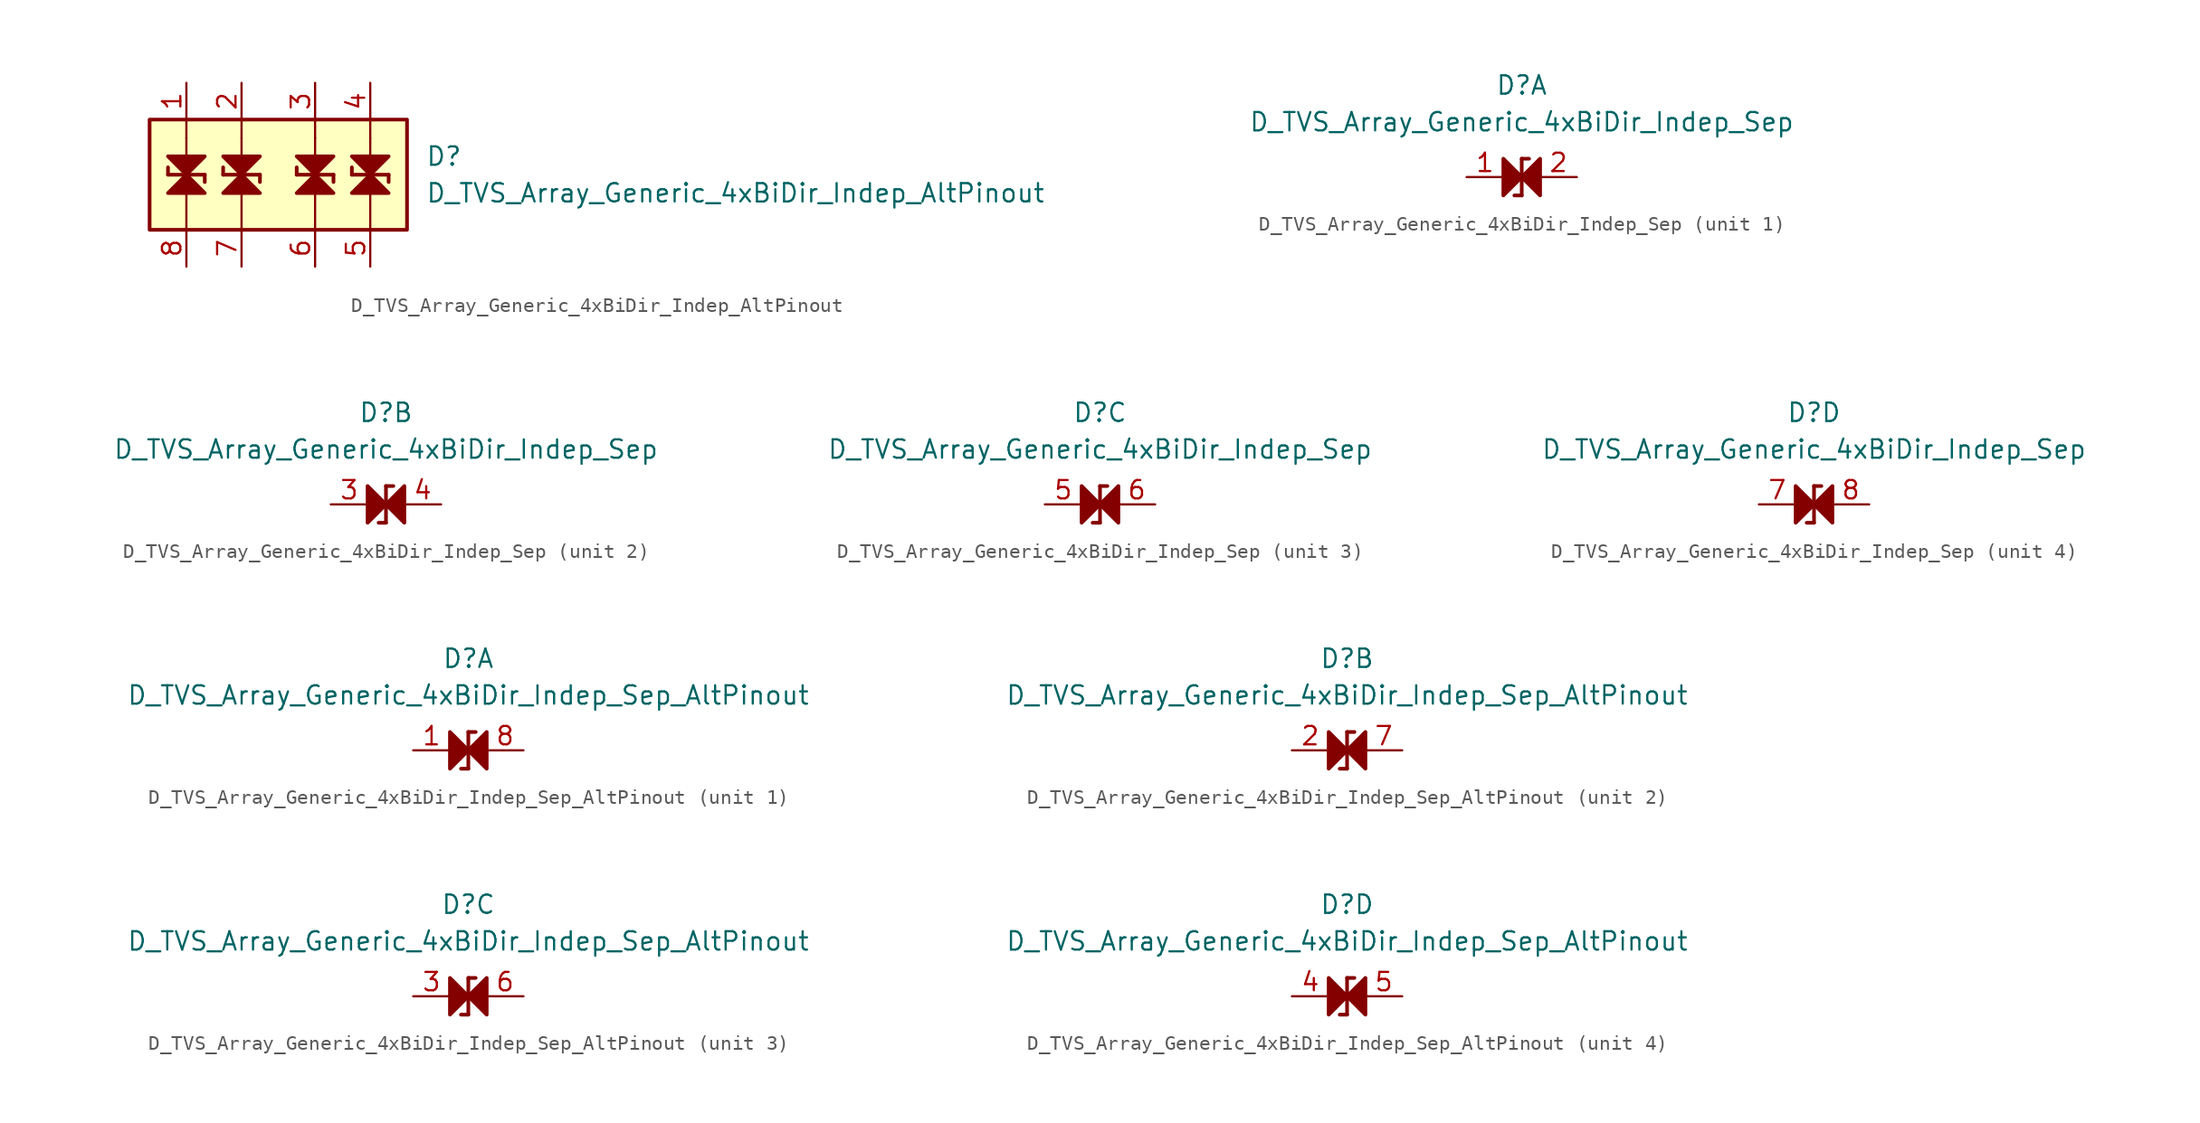
<source format=kicad_sym>
(kicad_symbol_lib
  (version 20211014)
  (generator kicad_symbol_editor)
  (symbol "D_TVS_Array_Generic_4xBiDir_Indep_AltPinout"
    (pin_names
      (offset 1.016) hide)
    (property "Reference" "D"
      (at 10.16 1.27 0)
      (effects (font (size 1.27 1.27)) (justify left)))
    (property "Value" "D_TVS_Array_Generic_4xBiDir_Indep_AltPinout"
      (at 10.16 -1.27 0)
      (effects (font (size 1.27 1.27)) (justify left)))
    (symbol "D_TVS_Array_Generic_4xBiDir_Indep_AltPinout_0_1"
      (polyline (pts (xy -6.35 -3.81) (xy -6.35 -1.27)) (stroke (width 0) (type default) (color 0 0 0 0)) (fill (type none)))
      (polyline (pts (xy -6.35 2.54) (xy -6.35 1.27)) (stroke (width 0) (type default) (color 0 0 0 0)) (fill (type none)))
      (polyline (pts (xy -6.35 2.54) (xy -6.35 3.81)) (stroke (width 0) (type default) (color 0 0 0 0)) (fill (type none)))
      (polyline (pts (xy -2.54 -3.81) (xy -2.54 -1.27)) (stroke (width 0) (type default) (color 0 0 0 0)) (fill (type none)))
      (polyline (pts (xy -2.54 2.54) (xy -2.54 1.27)) (stroke (width 0) (type default) (color 0 0 0 0)) (fill (type none)))
      (polyline (pts (xy -2.54 2.54) (xy -2.54 3.81)) (stroke (width 0) (type default) (color 0 0 0 0)) (fill (type none)))
      (polyline (pts (xy 2.54 -3.81) (xy 2.54 -1.27)) (stroke (width 0) (type default) (color 0 0 0 0)) (fill (type none)))
      (polyline (pts (xy 2.54 2.54) (xy 2.54 1.27)) (stroke (width 0) (type default) (color 0 0 0 0)) (fill (type none)))
      (polyline (pts (xy 2.54 2.54) (xy 2.54 3.81)) (stroke (width 0) (type default) (color 0 0 0 0)) (fill (type none)))
      (polyline (pts (xy 6.35 -3.81) (xy 6.35 -1.27)) (stroke (width 0) (type default) (color 0 0 0 0)) (fill (type none)))
      (polyline (pts (xy 6.35 2.54) (xy 6.35 1.27)) (stroke (width 0) (type default) (color 0 0 0 0)) (fill (type none)))
      (polyline (pts (xy 6.35 2.54) (xy 6.35 3.81)) (stroke (width 0) (type default) (color 0 0 0 0)) (fill (type none)))
      (rectangle (start 8.89 -3.81) (end -8.89 3.81) (stroke (width 0.254) (type default) (color 0 0 0 0)) (fill (type background))))
    (symbol "D_TVS_Array_Generic_4xBiDir_Indep_AltPinout_1_1"
      (polyline (pts (xy -7.62 0) (xy -7.62 0.508)) (stroke (width 0.254) (type default) (color 0 0 0 0)) (fill (type none)))
      (polyline (pts (xy -7.62 0) (xy -5.08 0)) (stroke (width 0.254) (type default) (color 0 0 0 0)) (fill (type none)))
      (polyline (pts (xy -6.35 1.27) (xy -6.35 -1.27)) (stroke (width 0) (type default) (color 0 0 0 0)) (fill (type none)))
      (polyline (pts (xy -5.08 0) (xy -5.08 -0.508)) (stroke (width 0.254) (type default) (color 0 0 0 0)) (fill (type none)))
      (polyline (pts (xy -3.81 0) (xy -3.81 0.508)) (stroke (width 0.254) (type default) (color 0 0 0 0)) (fill (type none)))
      (polyline (pts (xy -3.81 0) (xy -1.27 0)) (stroke (width 0.254) (type default) (color 0 0 0 0)) (fill (type none)))
      (polyline (pts (xy -2.54 1.27) (xy -2.54 -1.27)) (stroke (width 0) (type default) (color 0 0 0 0)) (fill (type none)))
      (polyline (pts (xy -1.27 0) (xy -1.27 -0.508)) (stroke (width 0.254) (type default) (color 0 0 0 0)) (fill (type none)))
      (polyline (pts (xy 1.27 0) (xy 1.27 0.508)) (stroke (width 0.254) (type default) (color 0 0 0 0)) (fill (type none)))
      (polyline (pts (xy 1.27 0) (xy 3.81 0)) (stroke (width 0.254) (type default) (color 0 0 0 0)) (fill (type none)))
      (polyline (pts (xy 2.54 1.27) (xy 2.54 -1.27)) (stroke (width 0) (type default) (color 0 0 0 0)) (fill (type none)))
      (polyline (pts (xy 3.81 0) (xy 3.81 -0.508)) (stroke (width 0.254) (type default) (color 0 0 0 0)) (fill (type none)))
      (polyline (pts (xy 5.08 0) (xy 5.08 0.508)) (stroke (width 0.254) (type default) (color 0 0 0 0)) (fill (type none)))
      (polyline (pts (xy 5.08 0) (xy 7.62 0)) (stroke (width 0.254) (type default) (color 0 0 0 0)) (fill (type none)))
      (polyline (pts (xy 6.35 1.27) (xy 6.35 -1.27)) (stroke (width 0) (type default) (color 0 0 0 0)) (fill (type none)))
      (polyline (pts (xy 7.62 0) (xy 7.62 -0.508)) (stroke (width 0.254) (type default) (color 0 0 0 0)) (fill (type none)))
      (polyline (pts (xy -7.62 1.27) (xy -5.08 1.27) (xy -6.35 0) (xy -7.62 1.27)) (stroke (width 0.254) (type default) (color 0 0 0 0)) (fill (type outline)))
      (polyline (pts (xy -6.35 0) (xy -7.62 -1.27) (xy -5.08 -1.27) (xy -6.35 0)) (stroke (width 0.254) (type default) (color 0 0 0 0)) (fill (type outline)))
      (polyline (pts (xy -3.81 1.27) (xy -1.27 1.27) (xy -2.54 0) (xy -3.81 1.27)) (stroke (width 0.254) (type default) (color 0 0 0 0)) (fill (type outline)))
      (polyline (pts (xy -2.54 0) (xy -3.81 -1.27) (xy -1.27 -1.27) (xy -2.54 0)) (stroke (width 0.254) (type default) (color 0 0 0 0)) (fill (type outline)))
      (polyline (pts (xy 1.27 1.27) (xy 3.81 1.27) (xy 2.54 0) (xy 1.27 1.27)) (stroke (width 0.254) (type default) (color 0 0 0 0)) (fill (type outline)))
      (polyline (pts (xy 2.54 0) (xy 1.27 -1.27) (xy 3.81 -1.27) (xy 2.54 0)) (stroke (width 0.254) (type default) (color 0 0 0 0)) (fill (type outline)))
      (polyline (pts (xy 5.08 1.27) (xy 7.62 1.27) (xy 6.35 0) (xy 5.08 1.27)) (stroke (width 0.254) (type default) (color 0 0 0 0)) (fill (type outline)))
      (polyline (pts (xy 6.35 0) (xy 5.08 -1.27) (xy 7.62 -1.27) (xy 6.35 0)) (stroke (width 0.254) (type default) (color 0 0 0 0)) (fill (type outline)))
      (pin passive line (at -6.35 6.35 270) (length 2.54) (name "1" (effects (font (size 1.27 1.27)))) (number "1" (effects (font (size 1.27 1.27)))))
      (pin passive line (at -2.54 6.35 270) (length 2.54) (name "3" (effects (font (size 1.27 1.27)))) (number "2" (effects (font (size 1.27 1.27)))))
      (pin passive line (at 2.54 6.35 270) (length 2.54) (name "5" (effects (font (size 1.27 1.27)))) (number "3" (effects (font (size 1.27 1.27)))))
      (pin passive line (at 6.35 6.35 270) (length 2.54) (name "7" (effects (font (size 1.27 1.27)))) (number "4" (effects (font (size 1.27 1.27)))))
      (pin passive line (at 6.35 -6.35 90) (length 2.54) (name "8" (effects (font (size 1.27 1.27)))) (number "5" (effects (font (size 1.27 1.27)))))
      (pin passive line (at 2.54 -6.35 90) (length 2.54) (name "6" (effects (font (size 1.27 1.27)))) (number "6" (effects (font (size 1.27 1.27)))))
      (pin passive line (at -2.54 -6.35 90) (length 2.54) (name "4" (effects (font (size 1.27 1.27)))) (number "7" (effects (font (size 1.27 1.27)))))
      (pin passive line (at -6.35 -6.35 90) (length 2.54) (name "2" (effects (font (size 1.27 1.27)))) (number "8" (effects (font (size 1.27 1.27)))))))
  (symbol "D_TVS_Array_Generic_4xBiDir_Indep_Sep"
    (pin_names
      (offset 1.016) hide)
    (property "Reference" "D"
      (at 0 6.35 0)
      (effects (font (size 1.27 1.27))))
    (property "Value" "D_TVS_Array_Generic_4xBiDir_Indep_Sep"
      (at 0 3.81 0)
      (effects (font (size 1.27 1.27))))
    (property "ki_locked" ""
      (at 0 0 0)
      (effects (font (size 1.27 1.27))))
    (symbol "D_TVS_Array_Generic_4xBiDir_Indep_Sep_0_1"
      (polyline (pts (xy 0 -1.27) (xy -0.508 -1.27)) (stroke (width 0.254) (type default) (color 0 0 0 0)) (fill (type none)))
      (polyline (pts (xy 0 1.27) (xy 0 -1.27)) (stroke (width 0.254) (type default) (color 0 0 0 0)) (fill (type none)))
      (polyline (pts (xy 0 1.27) (xy 0.508 1.27)) (stroke (width 0.254) (type default) (color 0 0 0 0)) (fill (type none)))
      (polyline (pts (xy 1.27 0) (xy -1.27 0)) (stroke (width 0) (type default) (color 0 0 0 0)) (fill (type none)))
      (polyline (pts (xy 0 0) (xy -1.27 1.27) (xy -1.27 -1.27) (xy 0 0)) (stroke (width 0.254) (type default) (color 0 0 0 0)) (fill (type outline)))
      (polyline (pts (xy 1.27 1.27) (xy 1.27 -1.27) (xy 0 0) (xy 1.27 1.27)) (stroke (width 0.254) (type default) (color 0 0 0 0)) (fill (type outline))))
    (symbol "D_TVS_Array_Generic_4xBiDir_Indep_Sep_1_1"
      (pin passive line (at -3.81 0 0) (length 2.54) (name "K" (effects (font (size 1.27 1.27)))) (number "1" (effects (font (size 1.27 1.27)))))
      (pin passive line (at 3.81 0 180) (length 2.54) (name "A" (effects (font (size 1.27 1.27)))) (number "2" (effects (font (size 1.27 1.27))))))
    (symbol "D_TVS_Array_Generic_4xBiDir_Indep_Sep_2_1"
      (pin passive line (at -3.81 0 0) (length 2.54) (name "K" (effects (font (size 1.27 1.27)))) (number "3" (effects (font (size 1.27 1.27)))))
      (pin passive line (at 3.81 0 180) (length 2.54) (name "A" (effects (font (size 1.27 1.27)))) (number "4" (effects (font (size 1.27 1.27))))))
    (symbol "D_TVS_Array_Generic_4xBiDir_Indep_Sep_3_1"
      (pin passive line (at -3.81 0 0) (length 2.54) (name "K" (effects (font (size 1.27 1.27)))) (number "5" (effects (font (size 1.27 1.27)))))
      (pin passive line (at 3.81 0 180) (length 2.54) (name "A" (effects (font (size 1.27 1.27)))) (number "6" (effects (font (size 1.27 1.27))))))
    (symbol "D_TVS_Array_Generic_4xBiDir_Indep_Sep_4_1"
      (pin passive line (at -3.81 0 0) (length 2.54) (name "K" (effects (font (size 1.27 1.27)))) (number "7" (effects (font (size 1.27 1.27)))))
      (pin passive line (at 3.81 0 180) (length 2.54) (name "A" (effects (font (size 1.27 1.27)))) (number "8" (effects (font (size 1.27 1.27)))))))
  (symbol "D_TVS_Array_Generic_4xBiDir_Indep_Sep_AltPinout"
    (pin_names
      (offset 1.016) hide)
    (property "Reference" "D"
      (at 0 6.35 0)
      (effects (font (size 1.27 1.27))))
    (property "Value" "D_TVS_Array_Generic_4xBiDir_Indep_Sep_AltPinout"
      (at 0 3.81 0)
      (effects (font (size 1.27 1.27))))
    (property "ki_locked" ""
      (at 0 0 0)
      (effects (font (size 1.27 1.27))))
    (symbol "D_TVS_Array_Generic_4xBiDir_Indep_Sep_AltPinout_0_1"
      (polyline (pts (xy 0 -1.27) (xy -0.508 -1.27)) (stroke (width 0.254) (type default) (color 0 0 0 0)) (fill (type none)))
      (polyline (pts (xy 0 1.27) (xy 0 -1.27)) (stroke (width 0.254) (type default) (color 0 0 0 0)) (fill (type none)))
      (polyline (pts (xy 0 1.27) (xy 0.508 1.27)) (stroke (width 0.254) (type default) (color 0 0 0 0)) (fill (type none)))
      (polyline (pts (xy 1.27 0) (xy -1.27 0)) (stroke (width 0) (type default) (color 0 0 0 0)) (fill (type none)))
      (polyline (pts (xy 0 0) (xy -1.27 1.27) (xy -1.27 -1.27) (xy 0 0)) (stroke (width 0.254) (type default) (color 0 0 0 0)) (fill (type outline)))
      (polyline (pts (xy 1.27 1.27) (xy 1.27 -1.27) (xy 0 0) (xy 1.27 1.27)) (stroke (width 0.254) (type default) (color 0 0 0 0)) (fill (type outline))))
    (symbol "D_TVS_Array_Generic_4xBiDir_Indep_Sep_AltPinout_1_1"
      (pin passive line (at -3.81 0 0) (length 2.54) (name "K" (effects (font (size 1.27 1.27)))) (number "1" (effects (font (size 1.27 1.27)))))
      (pin passive line (at 3.81 0 180) (length 2.54) (name "A" (effects (font (size 1.27 1.27)))) (number "8" (effects (font (size 1.27 1.27))))))
    (symbol "D_TVS_Array_Generic_4xBiDir_Indep_Sep_AltPinout_2_1"
      (pin passive line (at -3.81 0 0) (length 2.54) (name "K" (effects (font (size 1.27 1.27)))) (number "2" (effects (font (size 1.27 1.27)))))
      (pin passive line (at 3.81 0 180) (length 2.54) (name "A" (effects (font (size 1.27 1.27)))) (number "7" (effects (font (size 1.27 1.27))))))
    (symbol "D_TVS_Array_Generic_4xBiDir_Indep_Sep_AltPinout_3_1"
      (pin passive line (at -3.81 0 0) (length 2.54) (name "K" (effects (font (size 1.27 1.27)))) (number "3" (effects (font (size 1.27 1.27)))))
      (pin passive line (at 3.81 0 180) (length 2.54) (name "A" (effects (font (size 1.27 1.27)))) (number "6" (effects (font (size 1.27 1.27))))))
    (symbol "D_TVS_Array_Generic_4xBiDir_Indep_Sep_AltPinout_4_1"
      (pin passive line (at -3.81 0 0) (length 2.54) (name "K" (effects (font (size 1.27 1.27)))) (number "4" (effects (font (size 1.27 1.27)))))
      (pin passive line (at 3.81 0 180) (length 2.54) (name "A" (effects (font (size 1.27 1.27)))) (number "5" (effects (font (size 1.27 1.27))))))))
</source>
